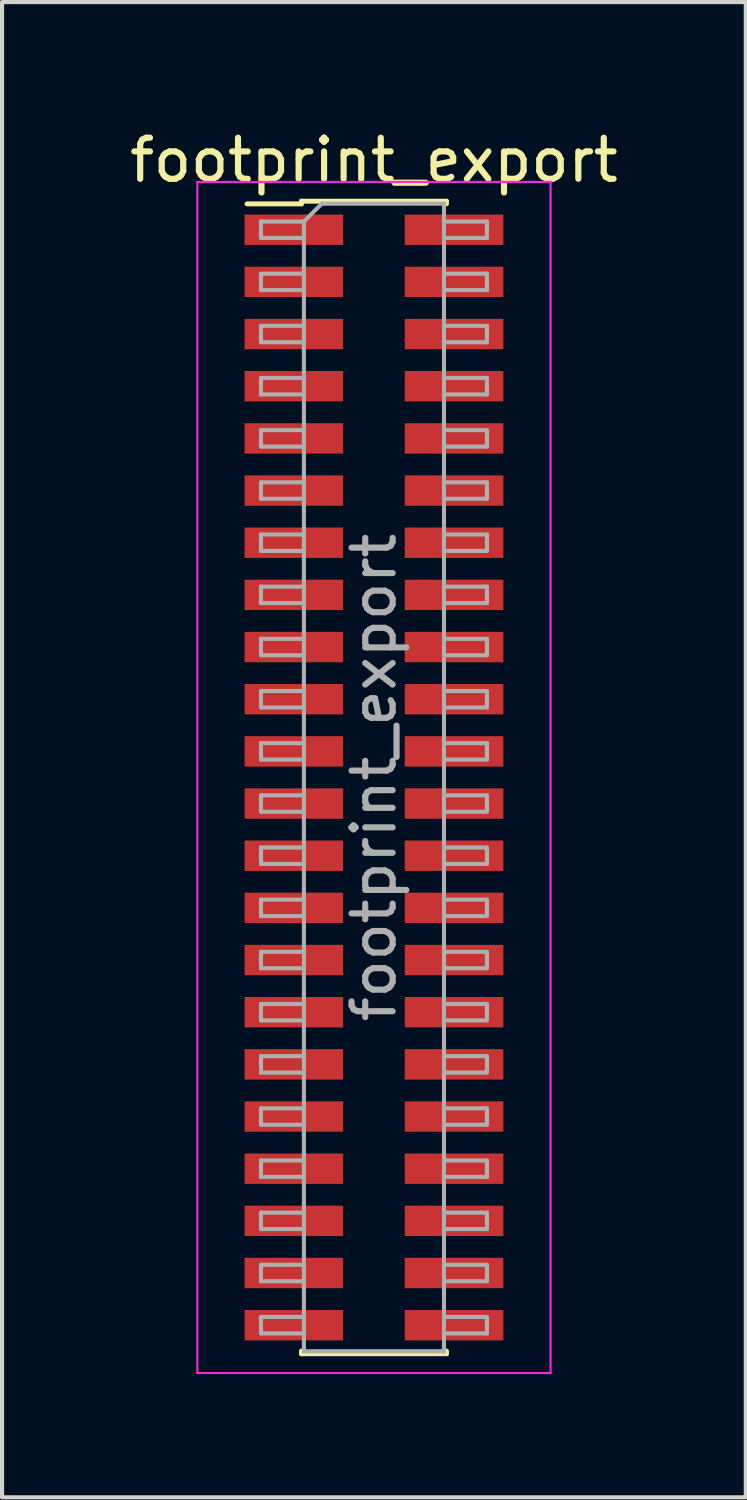
<source format=kicad_pcb>
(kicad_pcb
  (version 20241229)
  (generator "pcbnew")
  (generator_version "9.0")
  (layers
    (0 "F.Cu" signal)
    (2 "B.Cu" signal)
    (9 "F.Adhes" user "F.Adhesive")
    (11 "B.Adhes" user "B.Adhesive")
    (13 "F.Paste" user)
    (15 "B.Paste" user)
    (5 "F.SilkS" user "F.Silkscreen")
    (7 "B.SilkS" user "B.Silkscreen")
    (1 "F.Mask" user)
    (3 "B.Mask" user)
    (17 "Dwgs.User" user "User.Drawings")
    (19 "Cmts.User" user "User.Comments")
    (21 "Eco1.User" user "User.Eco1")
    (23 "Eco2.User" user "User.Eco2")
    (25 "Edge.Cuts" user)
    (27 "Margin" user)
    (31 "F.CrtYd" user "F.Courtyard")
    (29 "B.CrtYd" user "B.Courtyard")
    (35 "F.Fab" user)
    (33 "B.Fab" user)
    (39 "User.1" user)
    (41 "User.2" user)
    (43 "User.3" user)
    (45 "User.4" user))
  (footprint "footprint_export"
    (layer "F.Cu")
    (at 6.054 15.878)
    (property "Reference" "footprint_export" (at 0 -15.03 0) (layer "F.SilkS") (effects (font (size 1 1) (thickness 0.15))))
    (attr smd)
    (fp_line (start -3.09 -13.965) (end -1.765 -13.965) (stroke (width 0.12) (type solid)) (layer "F.SilkS"))
    (fp_line (start -1.765 -14.03) (end -1.765 -13.965) (stroke (width 0.12) (type solid)) (layer "F.SilkS"))
    (fp_line (start -1.765 -14.03) (end 1.765 -14.03) (stroke (width 0.12) (type solid)) (layer "F.SilkS"))
    (fp_line (start -1.765 13.965) (end -1.765 14.03) (stroke (width 0.12) (type solid)) (layer "F.SilkS"))
    (fp_line (start -1.765 14.03) (end 1.765 14.03) (stroke (width 0.12) (type solid)) (layer "F.SilkS"))
    (fp_line (start 1.765 -14.03) (end 1.765 -13.965) (stroke (width 0.12) (type solid)) (layer "F.SilkS"))
    (fp_line (start 1.765 13.965) (end 1.765 14.03) (stroke (width 0.12) (type solid)) (layer "F.SilkS"))
    (fp_line (start -4.3 -14.5) (end -4.3 14.5) (stroke (width 0.05) (type solid)) (layer "F.CrtYd"))
    (fp_line (start -4.3 14.5) (end 4.3 14.5) (stroke (width 0.05) (type solid)) (layer "F.CrtYd"))
    (fp_line (start 4.3 -14.5) (end -4.3 -14.5) (stroke (width 0.05) (type solid)) (layer "F.CrtYd"))
    (fp_line (start 4.3 14.5) (end 4.3 -14.5) (stroke (width 0.05) (type solid)) (layer "F.CrtYd"))
    (fp_line (start -2.75 -13.535) (end -2.75 -13.135) (stroke (width 0.1) (type solid)) (layer "F.Fab"))
    (fp_line (start -2.75 -13.135) (end -1.705 -13.135) (stroke (width 0.1) (type solid)) (layer "F.Fab"))
    (fp_line (start -2.75 -12.265) (end -2.75 -11.865) (stroke (width 0.1) (type solid)) (layer "F.Fab"))
    (fp_line (start -2.75 -11.865) (end -1.705 -11.865) (stroke (width 0.1) (type solid)) (layer "F.Fab"))
    (fp_line (start -2.75 -10.995) (end -2.75 -10.595) (stroke (width 0.1) (type solid)) (layer "F.Fab"))
    (fp_line (start -2.75 -10.595) (end -1.705 -10.595) (stroke (width 0.1) (type solid)) (layer "F.Fab"))
    (fp_line (start -2.75 -9.725) (end -2.75 -9.325) (stroke (width 0.1) (type solid)) (layer "F.Fab"))
    (fp_line (start -2.75 -9.325) (end -1.705 -9.325) (stroke (width 0.1) (type solid)) (layer "F.Fab"))
    (fp_line (start -2.75 -8.455) (end -2.75 -8.055) (stroke (width 0.1) (type solid)) (layer "F.Fab"))
    (fp_line (start -2.75 -8.055) (end -1.705 -8.055) (stroke (width 0.1) (type solid)) (layer "F.Fab"))
    (fp_line (start -2.75 -7.185) (end -2.75 -6.785) (stroke (width 0.1) (type solid)) (layer "F.Fab"))
    (fp_line (start -2.75 -6.785) (end -1.705 -6.785) (stroke (width 0.1) (type solid)) (layer "F.Fab"))
    (fp_line (start -2.75 -5.915) (end -2.75 -5.515) (stroke (width 0.1) (type solid)) (layer "F.Fab"))
    (fp_line (start -2.75 -5.515) (end -1.705 -5.515) (stroke (width 0.1) (type solid)) (layer "F.Fab"))
    (fp_line (start -2.75 -4.645) (end -2.75 -4.245) (stroke (width 0.1) (type solid)) (layer "F.Fab"))
    (fp_line (start -2.75 -4.245) (end -1.705 -4.245) (stroke (width 0.1) (type solid)) (layer "F.Fab"))
    (fp_line (start -2.75 -3.375) (end -2.75 -2.975) (stroke (width 0.1) (type solid)) (layer "F.Fab"))
    (fp_line (start -2.75 -2.975) (end -1.705 -2.975) (stroke (width 0.1) (type solid)) (layer "F.Fab"))
    (fp_line (start -2.75 -2.105) (end -2.75 -1.705) (stroke (width 0.1) (type solid)) (layer "F.Fab"))
    (fp_line (start -2.75 -1.705) (end -1.705 -1.705) (stroke (width 0.1) (type solid)) (layer "F.Fab"))
    (fp_line (start -2.75 -0.835) (end -2.75 -0.435) (stroke (width 0.1) (type solid)) (layer "F.Fab"))
    (fp_line (start -2.75 -0.435) (end -1.705 -0.435) (stroke (width 0.1) (type solid)) (layer "F.Fab"))
    (fp_line (start -2.75 0.435) (end -2.75 0.835) (stroke (width 0.1) (type solid)) (layer "F.Fab"))
    (fp_line (start -2.75 0.835) (end -1.705 0.835) (stroke (width 0.1) (type solid)) (layer "F.Fab"))
    (fp_line (start -2.75 1.705) (end -2.75 2.105) (stroke (width 0.1) (type solid)) (layer "F.Fab"))
    (fp_line (start -2.75 2.105) (end -1.705 2.105) (stroke (width 0.1) (type solid)) (layer "F.Fab"))
    (fp_line (start -2.75 2.975) (end -2.75 3.375) (stroke (width 0.1) (type solid)) (layer "F.Fab"))
    (fp_line (start -2.75 3.375) (end -1.705 3.375) (stroke (width 0.1) (type solid)) (layer "F.Fab"))
    (fp_line (start -2.75 4.245) (end -2.75 4.645) (stroke (width 0.1) (type solid)) (layer "F.Fab"))
    (fp_line (start -2.75 4.645) (end -1.705 4.645) (stroke (width 0.1) (type solid)) (layer "F.Fab"))
    (fp_line (start -2.75 5.515) (end -2.75 5.915) (stroke (width 0.1) (type solid)) (layer "F.Fab"))
    (fp_line (start -2.75 5.915) (end -1.705 5.915) (stroke (width 0.1) (type solid)) (layer "F.Fab"))
    (fp_line (start -2.75 6.785) (end -2.75 7.185) (stroke (width 0.1) (type solid)) (layer "F.Fab"))
    (fp_line (start -2.75 7.185) (end -1.705 7.185) (stroke (width 0.1) (type solid)) (layer "F.Fab"))
    (fp_line (start -2.75 8.055) (end -2.75 8.455) (stroke (width 0.1) (type solid)) (layer "F.Fab"))
    (fp_line (start -2.75 8.455) (end -1.705 8.455) (stroke (width 0.1) (type solid)) (layer "F.Fab"))
    (fp_line (start -2.75 9.325) (end -2.75 9.725) (stroke (width 0.1) (type solid)) (layer "F.Fab"))
    (fp_line (start -2.75 9.725) (end -1.705 9.725) (stroke (width 0.1) (type solid)) (layer "F.Fab"))
    (fp_line (start -2.75 10.595) (end -2.75 10.995) (stroke (width 0.1) (type solid)) (layer "F.Fab"))
    (fp_line (start -2.75 10.995) (end -1.705 10.995) (stroke (width 0.1) (type solid)) (layer "F.Fab"))
    (fp_line (start -2.75 11.865) (end -2.75 12.265) (stroke (width 0.1) (type solid)) (layer "F.Fab"))
    (fp_line (start -2.75 12.265) (end -1.705 12.265) (stroke (width 0.1) (type solid)) (layer "F.Fab"))
    (fp_line (start -2.75 13.135) (end -2.75 13.535) (stroke (width 0.1) (type solid)) (layer "F.Fab"))
    (fp_line (start -2.75 13.535) (end -1.705 13.535) (stroke (width 0.1) (type solid)) (layer "F.Fab"))
    (fp_line (start -1.705 -13.535) (end -2.75 -13.535) (stroke (width 0.1) (type solid)) (layer "F.Fab"))
    (fp_line (start -1.705 -13.535) (end -1.27 -13.97) (stroke (width 0.1) (type solid)) (layer "F.Fab"))
    (fp_line (start -1.705 -12.265) (end -2.75 -12.265) (stroke (width 0.1) (type solid)) (layer "F.Fab"))
    (fp_line (start -1.705 -10.995) (end -2.75 -10.995) (stroke (width 0.1) (type solid)) (layer "F.Fab"))
    (fp_line (start -1.705 -9.725) (end -2.75 -9.725) (stroke (width 0.1) (type solid)) (layer "F.Fab"))
    (fp_line (start -1.705 -8.455) (end -2.75 -8.455) (stroke (width 0.1) (type solid)) (layer "F.Fab"))
    (fp_line (start -1.705 -7.185) (end -2.75 -7.185) (stroke (width 0.1) (type solid)) (layer "F.Fab"))
    (fp_line (start -1.705 -5.915) (end -2.75 -5.915) (stroke (width 0.1) (type solid)) (layer "F.Fab"))
    (fp_line (start -1.705 -4.645) (end -2.75 -4.645) (stroke (width 0.1) (type solid)) (layer "F.Fab"))
    (fp_line (start -1.705 -3.375) (end -2.75 -3.375) (stroke (width 0.1) (type solid)) (layer "F.Fab"))
    (fp_line (start -1.705 -2.105) (end -2.75 -2.105) (stroke (width 0.1) (type solid)) (layer "F.Fab"))
    (fp_line (start -1.705 -0.835) (end -2.75 -0.835) (stroke (width 0.1) (type solid)) (layer "F.Fab"))
    (fp_line (start -1.705 0.435) (end -2.75 0.435) (stroke (width 0.1) (type solid)) (layer "F.Fab"))
    (fp_line (start -1.705 1.705) (end -2.75 1.705) (stroke (width 0.1) (type solid)) (layer "F.Fab"))
    (fp_line (start -1.705 2.975) (end -2.75 2.975) (stroke (width 0.1) (type solid)) (layer "F.Fab"))
    (fp_line (start -1.705 4.245) (end -2.75 4.245) (stroke (width 0.1) (type solid)) (layer "F.Fab"))
    (fp_line (start -1.705 5.515) (end -2.75 5.515) (stroke (width 0.1) (type solid)) (layer "F.Fab"))
    (fp_line (start -1.705 6.785) (end -2.75 6.785) (stroke (width 0.1) (type solid)) (layer "F.Fab"))
    (fp_line (start -1.705 8.055) (end -2.75 8.055) (stroke (width 0.1) (type solid)) (layer "F.Fab"))
    (fp_line (start -1.705 9.325) (end -2.75 9.325) (stroke (width 0.1) (type solid)) (layer "F.Fab"))
    (fp_line (start -1.705 10.595) (end -2.75 10.595) (stroke (width 0.1) (type solid)) (layer "F.Fab"))
    (fp_line (start -1.705 11.865) (end -2.75 11.865) (stroke (width 0.1) (type solid)) (layer "F.Fab"))
    (fp_line (start -1.705 13.135) (end -2.75 13.135) (stroke (width 0.1) (type solid)) (layer "F.Fab"))
    (fp_line (start -1.705 13.97) (end -1.705 -13.535) (stroke (width 0.1) (type solid)) (layer "F.Fab"))
    (fp_line (start -1.27 -13.97) (end 1.705 -13.97) (stroke (width 0.1) (type solid)) (layer "F.Fab"))
    (fp_line (start 1.705 -13.97) (end 1.705 13.97) (stroke (width 0.1) (type solid)) (layer "F.Fab"))
    (fp_line (start 1.705 -13.535) (end 2.75 -13.535) (stroke (width 0.1) (type solid)) (layer "F.Fab"))
    (fp_line (start 1.705 -12.265) (end 2.75 -12.265) (stroke (width 0.1) (type solid)) (layer "F.Fab"))
    (fp_line (start 1.705 -10.995) (end 2.75 -10.995) (stroke (width 0.1) (type solid)) (layer "F.Fab"))
    (fp_line (start 1.705 -9.725) (end 2.75 -9.725) (stroke (width 0.1) (type solid)) (layer "F.Fab"))
    (fp_line (start 1.705 -8.455) (end 2.75 -8.455) (stroke (width 0.1) (type solid)) (layer "F.Fab"))
    (fp_line (start 1.705 -7.185) (end 2.75 -7.185) (stroke (width 0.1) (type solid)) (layer "F.Fab"))
    (fp_line (start 1.705 -5.915) (end 2.75 -5.915) (stroke (width 0.1) (type solid)) (layer "F.Fab"))
    (fp_line (start 1.705 -4.645) (end 2.75 -4.645) (stroke (width 0.1) (type solid)) (layer "F.Fab"))
    (fp_line (start 1.705 -3.375) (end 2.75 -3.375) (stroke (width 0.1) (type solid)) (layer "F.Fab"))
    (fp_line (start 1.705 -2.105) (end 2.75 -2.105) (stroke (width 0.1) (type solid)) (layer "F.Fab"))
    (fp_line (start 1.705 -0.835) (end 2.75 -0.835) (stroke (width 0.1) (type solid)) (layer "F.Fab"))
    (fp_line (start 1.705 0.435) (end 2.75 0.435) (stroke (width 0.1) (type solid)) (layer "F.Fab"))
    (fp_line (start 1.705 1.705) (end 2.75 1.705) (stroke (width 0.1) (type solid)) (layer "F.Fab"))
    (fp_line (start 1.705 2.975) (end 2.75 2.975) (stroke (width 0.1) (type solid)) (layer "F.Fab"))
    (fp_line (start 1.705 4.245) (end 2.75 4.245) (stroke (width 0.1) (type solid)) (layer "F.Fab"))
    (fp_line (start 1.705 5.515) (end 2.75 5.515) (stroke (width 0.1) (type solid)) (layer "F.Fab"))
    (fp_line (start 1.705 6.785) (end 2.75 6.785) (stroke (width 0.1) (type solid)) (layer "F.Fab"))
    (fp_line (start 1.705 8.055) (end 2.75 8.055) (stroke (width 0.1) (type solid)) (layer "F.Fab"))
    (fp_line (start 1.705 9.325) (end 2.75 9.325) (stroke (width 0.1) (type solid)) (layer "F.Fab"))
    (fp_line (start 1.705 10.595) (end 2.75 10.595) (stroke (width 0.1) (type solid)) (layer "F.Fab"))
    (fp_line (start 1.705 11.865) (end 2.75 11.865) (stroke (width 0.1) (type solid)) (layer "F.Fab"))
    (fp_line (start 1.705 13.135) (end 2.75 13.135) (stroke (width 0.1) (type solid)) (layer "F.Fab"))
    (fp_line (start 1.705 13.97) (end -1.705 13.97) (stroke (width 0.1) (type solid)) (layer "F.Fab"))
    (fp_line (start 2.75 -13.535) (end 2.75 -13.135) (stroke (width 0.1) (type solid)) (layer "F.Fab"))
    (fp_line (start 2.75 -13.135) (end 1.705 -13.135) (stroke (width 0.1) (type solid)) (layer "F.Fab"))
    (fp_line (start 2.75 -12.265) (end 2.75 -11.865) (stroke (width 0.1) (type solid)) (layer "F.Fab"))
    (fp_line (start 2.75 -11.865) (end 1.705 -11.865) (stroke (width 0.1) (type solid)) (layer "F.Fab"))
    (fp_line (start 2.75 -10.995) (end 2.75 -10.595) (stroke (width 0.1) (type solid)) (layer "F.Fab"))
    (fp_line (start 2.75 -10.595) (end 1.705 -10.595) (stroke (width 0.1) (type solid)) (layer "F.Fab"))
    (fp_line (start 2.75 -9.725) (end 2.75 -9.325) (stroke (width 0.1) (type solid)) (layer "F.Fab"))
    (fp_line (start 2.75 -9.325) (end 1.705 -9.325) (stroke (width 0.1) (type solid)) (layer "F.Fab"))
    (fp_line (start 2.75 -8.455) (end 2.75 -8.055) (stroke (width 0.1) (type solid)) (layer "F.Fab"))
    (fp_line (start 2.75 -8.055) (end 1.705 -8.055) (stroke (width 0.1) (type solid)) (layer "F.Fab"))
    (fp_line (start 2.75 -7.185) (end 2.75 -6.785) (stroke (width 0.1) (type solid)) (layer "F.Fab"))
    (fp_line (start 2.75 -6.785) (end 1.705 -6.785) (stroke (width 0.1) (type solid)) (layer "F.Fab"))
    (fp_line (start 2.75 -5.915) (end 2.75 -5.515) (stroke (width 0.1) (type solid)) (layer "F.Fab"))
    (fp_line (start 2.75 -5.515) (end 1.705 -5.515) (stroke (width 0.1) (type solid)) (layer "F.Fab"))
    (fp_line (start 2.75 -4.645) (end 2.75 -4.245) (stroke (width 0.1) (type solid)) (layer "F.Fab"))
    (fp_line (start 2.75 -4.245) (end 1.705 -4.245) (stroke (width 0.1) (type solid)) (layer "F.Fab"))
    (fp_line (start 2.75 -3.375) (end 2.75 -2.975) (stroke (width 0.1) (type solid)) (layer "F.Fab"))
    (fp_line (start 2.75 -2.975) (end 1.705 -2.975) (stroke (width 0.1) (type solid)) (layer "F.Fab"))
    (fp_line (start 2.75 -2.105) (end 2.75 -1.705) (stroke (width 0.1) (type solid)) (layer "F.Fab"))
    (fp_line (start 2.75 -1.705) (end 1.705 -1.705) (stroke (width 0.1) (type solid)) (layer "F.Fab"))
    (fp_line (start 2.75 -0.835) (end 2.75 -0.435) (stroke (width 0.1) (type solid)) (layer "F.Fab"))
    (fp_line (start 2.75 -0.435) (end 1.705 -0.435) (stroke (width 0.1) (type solid)) (layer "F.Fab"))
    (fp_line (start 2.75 0.435) (end 2.75 0.835) (stroke (width 0.1) (type solid)) (layer "F.Fab"))
    (fp_line (start 2.75 0.835) (end 1.705 0.835) (stroke (width 0.1) (type solid)) (layer "F.Fab"))
    (fp_line (start 2.75 1.705) (end 2.75 2.105) (stroke (width 0.1) (type solid)) (layer "F.Fab"))
    (fp_line (start 2.75 2.105) (end 1.705 2.105) (stroke (width 0.1) (type solid)) (layer "F.Fab"))
    (fp_line (start 2.75 2.975) (end 2.75 3.375) (stroke (width 0.1) (type solid)) (layer "F.Fab"))
    (fp_line (start 2.75 3.375) (end 1.705 3.375) (stroke (width 0.1) (type solid)) (layer "F.Fab"))
    (fp_line (start 2.75 4.245) (end 2.75 4.645) (stroke (width 0.1) (type solid)) (layer "F.Fab"))
    (fp_line (start 2.75 4.645) (end 1.705 4.645) (stroke (width 0.1) (type solid)) (layer "F.Fab"))
    (fp_line (start 2.75 5.515) (end 2.75 5.915) (stroke (width 0.1) (type solid)) (layer "F.Fab"))
    (fp_line (start 2.75 5.915) (end 1.705 5.915) (stroke (width 0.1) (type solid)) (layer "F.Fab"))
    (fp_line (start 2.75 6.785) (end 2.75 7.185) (stroke (width 0.1) (type solid)) (layer "F.Fab"))
    (fp_line (start 2.75 7.185) (end 1.705 7.185) (stroke (width 0.1) (type solid)) (layer "F.Fab"))
    (fp_line (start 2.75 8.055) (end 2.75 8.455) (stroke (width 0.1) (type solid)) (layer "F.Fab"))
    (fp_line (start 2.75 8.455) (end 1.705 8.455) (stroke (width 0.1) (type solid)) (layer "F.Fab"))
    (fp_line (start 2.75 9.325) (end 2.75 9.725) (stroke (width 0.1) (type solid)) (layer "F.Fab"))
    (fp_line (start 2.75 9.725) (end 1.705 9.725) (stroke (width 0.1) (type solid)) (layer "F.Fab"))
    (fp_line (start 2.75 10.595) (end 2.75 10.995) (stroke (width 0.1) (type solid)) (layer "F.Fab"))
    (fp_line (start 2.75 10.995) (end 1.705 10.995) (stroke (width 0.1) (type solid)) (layer "F.Fab"))
    (fp_line (start 2.75 11.865) (end 2.75 12.265) (stroke (width 0.1) (type solid)) (layer "F.Fab"))
    (fp_line (start 2.75 12.265) (end 1.705 12.265) (stroke (width 0.1) (type solid)) (layer "F.Fab"))
    (fp_line (start 2.75 13.135) (end 2.75 13.535) (stroke (width 0.1) (type solid)) (layer "F.Fab"))
    (fp_line (start 2.75 13.535) (end 1.705 13.535) (stroke (width 0.1) (type solid)) (layer "F.Fab"))
    (fp_text user "${REFERENCE}" (at 0 0 90) (layer "F.Fab") (effects (font (size 1 1) (thickness 0.15))))
    (pad "1" smd rect (at -1.95 -13.335) (size 2.4 0.74) (layers "F.Cu" "F.Mask" "F.Paste"))
    (pad "2" smd rect (at 1.95 -13.335) (size 2.4 0.74) (layers "F.Cu" "F.Mask" "F.Paste"))
    (pad "3" smd rect (at -1.95 -12.065) (size 2.4 0.74) (layers "F.Cu" "F.Mask" "F.Paste"))
    (pad "4" smd rect (at 1.95 -12.065) (size 2.4 0.74) (layers "F.Cu" "F.Mask" "F.Paste"))
    (pad "5" smd rect (at -1.95 -10.795) (size 2.4 0.74) (layers "F.Cu" "F.Mask" "F.Paste"))
    (pad "6" smd rect (at 1.95 -10.795) (size 2.4 0.74) (layers "F.Cu" "F.Mask" "F.Paste"))
    (pad "7" smd rect (at -1.95 -9.525) (size 2.4 0.74) (layers "F.Cu" "F.Mask" "F.Paste"))
    (pad "8" smd rect (at 1.95 -9.525) (size 2.4 0.74) (layers "F.Cu" "F.Mask" "F.Paste"))
    (pad "9" smd rect (at -1.95 -8.255) (size 2.4 0.74) (layers "F.Cu" "F.Mask" "F.Paste"))
    (pad "10" smd rect (at 1.95 -8.255) (size 2.4 0.74) (layers "F.Cu" "F.Mask" "F.Paste"))
    (pad "11" smd rect (at -1.95 -6.985) (size 2.4 0.74) (layers "F.Cu" "F.Mask" "F.Paste"))
    (pad "12" smd rect (at 1.95 -6.985) (size 2.4 0.74) (layers "F.Cu" "F.Mask" "F.Paste"))
    (pad "13" smd rect (at -1.95 -5.715) (size 2.4 0.74) (layers "F.Cu" "F.Mask" "F.Paste"))
    (pad "14" smd rect (at 1.95 -5.715) (size 2.4 0.74) (layers "F.Cu" "F.Mask" "F.Paste"))
    (pad "15" smd rect (at -1.95 -4.445) (size 2.4 0.74) (layers "F.Cu" "F.Mask" "F.Paste"))
    (pad "16" smd rect (at 1.95 -4.445) (size 2.4 0.74) (layers "F.Cu" "F.Mask" "F.Paste"))
    (pad "17" smd rect (at -1.95 -3.175) (size 2.4 0.74) (layers "F.Cu" "F.Mask" "F.Paste"))
    (pad "18" smd rect (at 1.95 -3.175) (size 2.4 0.74) (layers "F.Cu" "F.Mask" "F.Paste"))
    (pad "19" smd rect (at -1.95 -1.905) (size 2.4 0.74) (layers "F.Cu" "F.Mask" "F.Paste"))
    (pad "20" smd rect (at 1.95 -1.905) (size 2.4 0.74) (layers "F.Cu" "F.Mask" "F.Paste"))
    (pad "21" smd rect (at -1.95 -0.635) (size 2.4 0.74) (layers "F.Cu" "F.Mask" "F.Paste"))
    (pad "22" smd rect (at 1.95 -0.635) (size 2.4 0.74) (layers "F.Cu" "F.Mask" "F.Paste"))
    (pad "23" smd rect (at -1.95 0.635) (size 2.4 0.74) (layers "F.Cu" "F.Mask" "F.Paste"))
    (pad "24" smd rect (at 1.95 0.635) (size 2.4 0.74) (layers "F.Cu" "F.Mask" "F.Paste"))
    (pad "25" smd rect (at -1.95 1.905) (size 2.4 0.74) (layers "F.Cu" "F.Mask" "F.Paste"))
    (pad "26" smd rect (at 1.95 1.905) (size 2.4 0.74) (layers "F.Cu" "F.Mask" "F.Paste"))
    (pad "27" smd rect (at -1.95 3.175) (size 2.4 0.74) (layers "F.Cu" "F.Mask" "F.Paste"))
    (pad "28" smd rect (at 1.95 3.175) (size 2.4 0.74) (layers "F.Cu" "F.Mask" "F.Paste"))
    (pad "29" smd rect (at -1.95 4.445) (size 2.4 0.74) (layers "F.Cu" "F.Mask" "F.Paste"))
    (pad "30" smd rect (at 1.95 4.445) (size 2.4 0.74) (layers "F.Cu" "F.Mask" "F.Paste"))
    (pad "31" smd rect (at -1.95 5.715) (size 2.4 0.74) (layers "F.Cu" "F.Mask" "F.Paste"))
    (pad "32" smd rect (at 1.95 5.715) (size 2.4 0.74) (layers "F.Cu" "F.Mask" "F.Paste"))
    (pad "33" smd rect (at -1.95 6.985) (size 2.4 0.74) (layers "F.Cu" "F.Mask" "F.Paste"))
    (pad "34" smd rect (at 1.95 6.985) (size 2.4 0.74) (layers "F.Cu" "F.Mask" "F.Paste"))
    (pad "35" smd rect (at -1.95 8.255) (size 2.4 0.74) (layers "F.Cu" "F.Mask" "F.Paste"))
    (pad "36" smd rect (at 1.95 8.255) (size 2.4 0.74) (layers "F.Cu" "F.Mask" "F.Paste"))
    (pad "37" smd rect (at -1.95 9.525) (size 2.4 0.74) (layers "F.Cu" "F.Mask" "F.Paste"))
    (pad "38" smd rect (at 1.95 9.525) (size 2.4 0.74) (layers "F.Cu" "F.Mask" "F.Paste"))
    (pad "39" smd rect (at -1.95 10.795) (size 2.4 0.74) (layers "F.Cu" "F.Mask" "F.Paste"))
    (pad "40" smd rect (at 1.95 10.795) (size 2.4 0.74) (layers "F.Cu" "F.Mask" "F.Paste"))
    (pad "41" smd rect (at -1.95 12.065) (size 2.4 0.74) (layers "F.Cu" "F.Mask" "F.Paste"))
    (pad "42" smd rect (at 1.95 12.065) (size 2.4 0.74) (layers "F.Cu" "F.Mask" "F.Paste"))
    (pad "43" smd rect (at -1.95 13.335) (size 2.4 0.74) (layers "F.Cu" "F.Mask" "F.Paste"))
    (pad "44" smd rect (at 1.95 13.335) (size 2.4 0.74) (layers "F.Cu" "F.Mask" "F.Paste")))
  (gr_rect
    (start -3 -3)
    (end 15.107 33.403)
    (stroke (width 0.1) (type default))
    (fill no)
    (layer "Edge.Cuts")))
</source>
